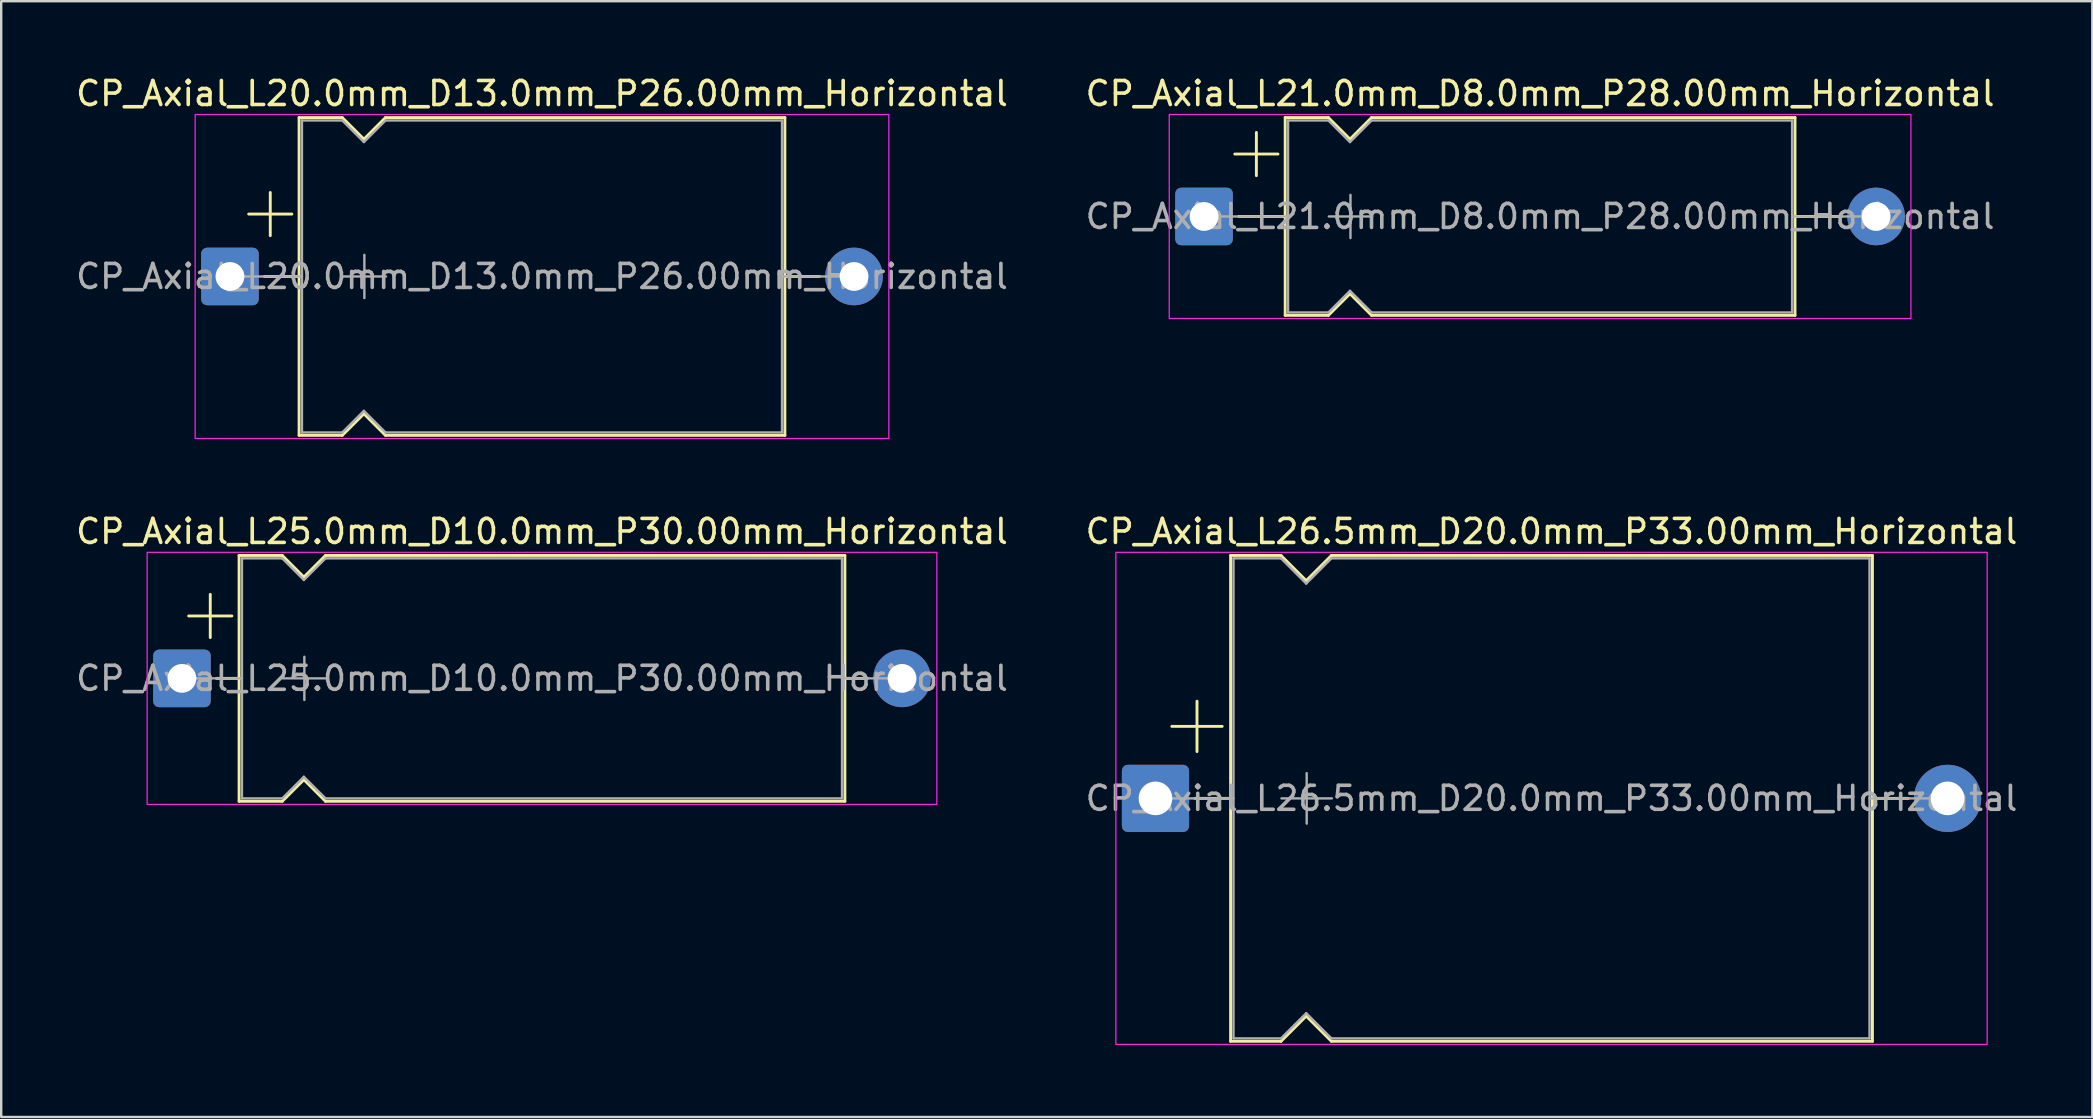
<source format=kicad_pcb>
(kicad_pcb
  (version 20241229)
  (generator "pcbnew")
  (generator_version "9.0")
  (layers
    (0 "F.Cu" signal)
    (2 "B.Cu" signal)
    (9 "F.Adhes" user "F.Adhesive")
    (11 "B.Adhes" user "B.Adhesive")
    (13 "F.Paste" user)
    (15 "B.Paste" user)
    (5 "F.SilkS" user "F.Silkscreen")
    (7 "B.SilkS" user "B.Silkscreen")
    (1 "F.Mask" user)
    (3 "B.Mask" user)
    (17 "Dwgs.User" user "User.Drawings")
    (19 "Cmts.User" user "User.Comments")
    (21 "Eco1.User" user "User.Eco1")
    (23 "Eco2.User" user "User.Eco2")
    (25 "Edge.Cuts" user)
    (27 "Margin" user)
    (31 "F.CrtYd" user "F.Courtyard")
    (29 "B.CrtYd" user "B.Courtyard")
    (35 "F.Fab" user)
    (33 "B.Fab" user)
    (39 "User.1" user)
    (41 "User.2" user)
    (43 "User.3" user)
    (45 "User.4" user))
  (footprint "CP_Axial_L21.0mm_D8.0mm_P28.00mm_Horizontal"
    (layer "F.Cu")
    (at 47.113 5.968)
    (property "Reference" "CP_Axial_L21.0mm_D8.0mm_P28.00mm_Horizontal" (at 14 -5.12 0) (layer "F.SilkS") (effects (font (size 1 1) (thickness 0.15))))
    (attr through_hole)
    (fp_line (start 1.28 -2.6) (end 3.08 -2.6) (stroke (width 0.12) (type solid)) (layer "F.SilkS"))
    (fp_line (start 1.44 0) (end 3.38 0) (stroke (width 0.12) (type solid)) (layer "F.SilkS"))
    (fp_line (start 2.18 -3.5) (end 2.18 -1.7) (stroke (width 0.12) (type solid)) (layer "F.SilkS"))
    (fp_line (start 3.38 -4.12) (end 3.38 4.12) (stroke (width 0.12) (type solid)) (layer "F.SilkS"))
    (fp_line (start 3.38 -4.12) (end 5.18 -4.12) (stroke (width 0.12) (type solid)) (layer "F.SilkS"))
    (fp_line (start 3.38 4.12) (end 5.18 4.12) (stroke (width 0.12) (type solid)) (layer "F.SilkS"))
    (fp_line (start 5.18 -4.12) (end 6.08 -3.22) (stroke (width 0.12) (type solid)) (layer "F.SilkS"))
    (fp_line (start 5.18 4.12) (end 6.08 3.22) (stroke (width 0.12) (type solid)) (layer "F.SilkS"))
    (fp_line (start 6.08 -3.22) (end 6.98 -4.12) (stroke (width 0.12) (type solid)) (layer "F.SilkS"))
    (fp_line (start 6.08 3.22) (end 6.98 4.12) (stroke (width 0.12) (type solid)) (layer "F.SilkS"))
    (fp_line (start 6.98 -4.12) (end 24.62 -4.12) (stroke (width 0.12) (type solid)) (layer "F.SilkS"))
    (fp_line (start 6.98 4.12) (end 24.62 4.12) (stroke (width 0.12) (type solid)) (layer "F.SilkS"))
    (fp_line (start 24.62 -4.12) (end 24.62 4.12) (stroke (width 0.12) (type solid)) (layer "F.SilkS"))
    (fp_line (start 26.56 0) (end 24.62 0) (stroke (width 0.12) (type solid)) (layer "F.SilkS"))
    (fp_rect (start -1.45 -4.25) (end 29.45 4.25) (stroke (width 0.05) (type solid)) (fill no) (layer "F.CrtYd"))
    (fp_line (start 0 0) (end 3.5 0) (stroke (width 0.1) (type solid)) (layer "F.Fab"))
    (fp_line (start 3.5 -4) (end 3.5 4) (stroke (width 0.1) (type solid)) (layer "F.Fab"))
    (fp_line (start 3.5 -4) (end 5.18 -4) (stroke (width 0.1) (type solid)) (layer "F.Fab"))
    (fp_line (start 3.5 4) (end 5.18 4) (stroke (width 0.1) (type solid)) (layer "F.Fab"))
    (fp_line (start 5.18 -4) (end 6.08 -3.1) (stroke (width 0.1) (type solid)) (layer "F.Fab"))
    (fp_line (start 5.18 4) (end 6.08 3.1) (stroke (width 0.1) (type solid)) (layer "F.Fab"))
    (fp_line (start 5.2 0) (end 7 0) (stroke (width 0.1) (type solid)) (layer "F.Fab"))
    (fp_line (start 6.08 -3.1) (end 6.98 -4) (stroke (width 0.1) (type solid)) (layer "F.Fab"))
    (fp_line (start 6.08 3.1) (end 6.98 4) (stroke (width 0.1) (type solid)) (layer "F.Fab"))
    (fp_line (start 6.1 -0.9) (end 6.1 0.9) (stroke (width 0.1) (type solid)) (layer "F.Fab"))
    (fp_line (start 6.98 -4) (end 24.5 -4) (stroke (width 0.1) (type solid)) (layer "F.Fab"))
    (fp_line (start 6.98 4) (end 24.5 4) (stroke (width 0.1) (type solid)) (layer "F.Fab"))
    (fp_line (start 24.5 -4) (end 24.5 4) (stroke (width 0.1) (type solid)) (layer "F.Fab"))
    (fp_line (start 28 0) (end 24.5 0) (stroke (width 0.1) (type solid)) (layer "F.Fab"))
    (fp_text user "${REFERENCE}" (at 14 0 0) (layer "F.Fab") (effects (font (size 1 1) (thickness 0.15))))
    (pad "1" thru_hole roundrect (at 0 0) (size 2.4 2.4) (drill 1.2) (layers "*.Cu" "*.Mask") (roundrect_rratio 0.104))
    (pad "2" thru_hole circle (at 28 0) (size 2.4 2.4) (drill 1.2) (layers "*.Cu" "*.Mask")))
  (footprint "CP_Axial_L26.5mm_D20.0mm_P33.00mm_Horizontal"
    (layer "F.Cu")
    (at 45.089 30.212)
    (property "Reference" "CP_Axial_L26.5mm_D20.0mm_P33.00mm_Horizontal" (at 16.5 -11.12 0) (layer "F.SilkS") (effects (font (size 1 1) (thickness 0.15))))
    (attr through_hole)
    (fp_line (start 0.68 -3) (end 2.78 -3) (stroke (width 0.12) (type solid)) (layer "F.SilkS"))
    (fp_line (start 1.64 0) (end 3.13 0) (stroke (width 0.12) (type solid)) (layer "F.SilkS"))
    (fp_line (start 1.73 -4.05) (end 1.73 -1.95) (stroke (width 0.12) (type solid)) (layer "F.SilkS"))
    (fp_line (start 3.13 -10.12) (end 3.13 10.12) (stroke (width 0.12) (type solid)) (layer "F.SilkS"))
    (fp_line (start 3.13 -10.12) (end 5.23 -10.12) (stroke (width 0.12) (type solid)) (layer "F.SilkS"))
    (fp_line (start 3.13 10.12) (end 5.23 10.12) (stroke (width 0.12) (type solid)) (layer "F.SilkS"))
    (fp_line (start 5.23 -10.12) (end 6.28 -9.07) (stroke (width 0.12) (type solid)) (layer "F.SilkS"))
    (fp_line (start 5.23 10.12) (end 6.28 9.07) (stroke (width 0.12) (type solid)) (layer "F.SilkS"))
    (fp_line (start 6.28 -9.07) (end 7.33 -10.12) (stroke (width 0.12) (type solid)) (layer "F.SilkS"))
    (fp_line (start 6.28 9.07) (end 7.33 10.12) (stroke (width 0.12) (type solid)) (layer "F.SilkS"))
    (fp_line (start 7.33 -10.12) (end 29.87 -10.12) (stroke (width 0.12) (type solid)) (layer "F.SilkS"))
    (fp_line (start 7.33 10.12) (end 29.87 10.12) (stroke (width 0.12) (type solid)) (layer "F.SilkS"))
    (fp_line (start 29.87 -10.12) (end 29.87 10.12) (stroke (width 0.12) (type solid)) (layer "F.SilkS"))
    (fp_line (start 31.36 0) (end 29.87 0) (stroke (width 0.12) (type solid)) (layer "F.SilkS"))
    (fp_rect (start -1.65 -10.25) (end 34.65 10.25) (stroke (width 0.05) (type solid)) (fill no) (layer "F.CrtYd"))
    (fp_line (start 0 0) (end 3.25 0) (stroke (width 0.1) (type solid)) (layer "F.Fab"))
    (fp_line (start 3.25 -10) (end 3.25 10) (stroke (width 0.1) (type solid)) (layer "F.Fab"))
    (fp_line (start 3.25 -10) (end 5.23 -10) (stroke (width 0.1) (type solid)) (layer "F.Fab"))
    (fp_line (start 3.25 10) (end 5.23 10) (stroke (width 0.1) (type solid)) (layer "F.Fab"))
    (fp_line (start 5.23 -10) (end 6.28 -8.95) (stroke (width 0.1) (type solid)) (layer "F.Fab"))
    (fp_line (start 5.23 10) (end 6.28 8.95) (stroke (width 0.1) (type solid)) (layer "F.Fab"))
    (fp_line (start 5.25 0) (end 7.35 0) (stroke (width 0.1) (type solid)) (layer "F.Fab"))
    (fp_line (start 6.28 -8.95) (end 7.33 -10) (stroke (width 0.1) (type solid)) (layer "F.Fab"))
    (fp_line (start 6.28 8.95) (end 7.33 10) (stroke (width 0.1) (type solid)) (layer "F.Fab"))
    (fp_line (start 6.3 -1.05) (end 6.3 1.05) (stroke (width 0.1) (type solid)) (layer "F.Fab"))
    (fp_line (start 7.33 -10) (end 29.75 -10) (stroke (width 0.1) (type solid)) (layer "F.Fab"))
    (fp_line (start 7.33 10) (end 29.75 10) (stroke (width 0.1) (type solid)) (layer "F.Fab"))
    (fp_line (start 29.75 -10) (end 29.75 10) (stroke (width 0.1) (type solid)) (layer "F.Fab"))
    (fp_line (start 33 0) (end 29.75 0) (stroke (width 0.1) (type solid)) (layer "F.Fab"))
    (fp_text user "${REFERENCE}" (at 16.5 0 0) (layer "F.Fab") (effects (font (size 1 1) (thickness 0.15))))
    (pad "1" thru_hole roundrect (at 0 0) (size 2.8 2.8) (drill 1.4) (layers "*.Cu" "*.Mask") (roundrect_rratio 0.089))
    (pad "2" thru_hole circle (at 33 0) (size 2.8 2.8) (drill 1.4) (layers "*.Cu" "*.Mask")))
  (footprint "CP_Axial_L25.0mm_D10.0mm_P30.00mm_Horizontal"
    (layer "F.Cu")
    (at 4.53 25.212)
    (property "Reference" "CP_Axial_L25.0mm_D10.0mm_P30.00mm_Horizontal" (at 15 -6.12 0) (layer "F.SilkS") (effects (font (size 1 1) (thickness 0.15))))
    (attr through_hole)
    (fp_line (start 0.28 -2.6) (end 2.08 -2.6) (stroke (width 0.12) (type solid)) (layer "F.SilkS"))
    (fp_line (start 1.18 -3.5) (end 1.18 -1.7) (stroke (width 0.12) (type solid)) (layer "F.SilkS"))
    (fp_line (start 1.44 0) (end 2.38 0) (stroke (width 0.12) (type solid)) (layer "F.SilkS"))
    (fp_line (start 2.38 -5.12) (end 2.38 5.12) (stroke (width 0.12) (type solid)) (layer "F.SilkS"))
    (fp_line (start 2.38 -5.12) (end 4.18 -5.12) (stroke (width 0.12) (type solid)) (layer "F.SilkS"))
    (fp_line (start 2.38 5.12) (end 4.18 5.12) (stroke (width 0.12) (type solid)) (layer "F.SilkS"))
    (fp_line (start 4.18 -5.12) (end 5.08 -4.22) (stroke (width 0.12) (type solid)) (layer "F.SilkS"))
    (fp_line (start 4.18 5.12) (end 5.08 4.22) (stroke (width 0.12) (type solid)) (layer "F.SilkS"))
    (fp_line (start 5.08 -4.22) (end 5.98 -5.12) (stroke (width 0.12) (type solid)) (layer "F.SilkS"))
    (fp_line (start 5.08 4.22) (end 5.98 5.12) (stroke (width 0.12) (type solid)) (layer "F.SilkS"))
    (fp_line (start 5.98 -5.12) (end 27.62 -5.12) (stroke (width 0.12) (type solid)) (layer "F.SilkS"))
    (fp_line (start 5.98 5.12) (end 27.62 5.12) (stroke (width 0.12) (type solid)) (layer "F.SilkS"))
    (fp_line (start 27.62 -5.12) (end 27.62 5.12) (stroke (width 0.12) (type solid)) (layer "F.SilkS"))
    (fp_line (start 28.56 0) (end 27.62 0) (stroke (width 0.12) (type solid)) (layer "F.SilkS"))
    (fp_rect (start -1.45 -5.25) (end 31.45 5.25) (stroke (width 0.05) (type solid)) (fill no) (layer "F.CrtYd"))
    (fp_line (start 0 0) (end 2.5 0) (stroke (width 0.1) (type solid)) (layer "F.Fab"))
    (fp_line (start 2.5 -5) (end 2.5 5) (stroke (width 0.1) (type solid)) (layer "F.Fab"))
    (fp_line (start 2.5 -5) (end 4.18 -5) (stroke (width 0.1) (type solid)) (layer "F.Fab"))
    (fp_line (start 2.5 5) (end 4.18 5) (stroke (width 0.1) (type solid)) (layer "F.Fab"))
    (fp_line (start 4.18 -5) (end 5.08 -4.1) (stroke (width 0.1) (type solid)) (layer "F.Fab"))
    (fp_line (start 4.18 5) (end 5.08 4.1) (stroke (width 0.1) (type solid)) (layer "F.Fab"))
    (fp_line (start 4.2 0) (end 6 0) (stroke (width 0.1) (type solid)) (layer "F.Fab"))
    (fp_line (start 5.08 -4.1) (end 5.98 -5) (stroke (width 0.1) (type solid)) (layer "F.Fab"))
    (fp_line (start 5.08 4.1) (end 5.98 5) (stroke (width 0.1) (type solid)) (layer "F.Fab"))
    (fp_line (start 5.1 -0.9) (end 5.1 0.9) (stroke (width 0.1) (type solid)) (layer "F.Fab"))
    (fp_line (start 5.98 -5) (end 27.5 -5) (stroke (width 0.1) (type solid)) (layer "F.Fab"))
    (fp_line (start 5.98 5) (end 27.5 5) (stroke (width 0.1) (type solid)) (layer "F.Fab"))
    (fp_line (start 27.5 -5) (end 27.5 5) (stroke (width 0.1) (type solid)) (layer "F.Fab"))
    (fp_line (start 30 0) (end 27.5 0) (stroke (width 0.1) (type solid)) (layer "F.Fab"))
    (fp_text user "${REFERENCE}" (at 15 0 0) (layer "F.Fab") (effects (font (size 1 1) (thickness 0.15))))
    (pad "1" thru_hole roundrect (at 0 0) (size 2.4 2.4) (drill 1.2) (layers "*.Cu" "*.Mask") (roundrect_rratio 0.104))
    (pad "2" thru_hole circle (at 30 0) (size 2.4 2.4) (drill 1.2) (layers "*.Cu" "*.Mask")))
  (footprint "CP_Axial_L20.0mm_D13.0mm_P26.00mm_Horizontal"
    (layer "F.Cu")
    (at 6.53 8.468)
    (property "Reference" "CP_Axial_L20.0mm_D13.0mm_P26.00mm_Horizontal" (at 13 -7.62 0) (layer "F.SilkS") (effects (font (size 1 1) (thickness 0.15))))
    (attr through_hole)
    (fp_line (start 0.78 -2.6) (end 2.58 -2.6) (stroke (width 0.12) (type solid)) (layer "F.SilkS"))
    (fp_line (start 1.44 0) (end 2.88 0) (stroke (width 0.12) (type solid)) (layer "F.SilkS"))
    (fp_line (start 1.68 -3.5) (end 1.68 -1.7) (stroke (width 0.12) (type solid)) (layer "F.SilkS"))
    (fp_line (start 2.88 -6.62) (end 2.88 6.62) (stroke (width 0.12) (type solid)) (layer "F.SilkS"))
    (fp_line (start 2.88 -6.62) (end 4.68 -6.62) (stroke (width 0.12) (type solid)) (layer "F.SilkS"))
    (fp_line (start 2.88 6.62) (end 4.68 6.62) (stroke (width 0.12) (type solid)) (layer "F.SilkS"))
    (fp_line (start 4.68 -6.62) (end 5.58 -5.72) (stroke (width 0.12) (type solid)) (layer "F.SilkS"))
    (fp_line (start 4.68 6.62) (end 5.58 5.72) (stroke (width 0.12) (type solid)) (layer "F.SilkS"))
    (fp_line (start 5.58 -5.72) (end 6.48 -6.62) (stroke (width 0.12) (type solid)) (layer "F.SilkS"))
    (fp_line (start 5.58 5.72) (end 6.48 6.62) (stroke (width 0.12) (type solid)) (layer "F.SilkS"))
    (fp_line (start 6.48 -6.62) (end 23.12 -6.62) (stroke (width 0.12) (type solid)) (layer "F.SilkS"))
    (fp_line (start 6.48 6.62) (end 23.12 6.62) (stroke (width 0.12) (type solid)) (layer "F.SilkS"))
    (fp_line (start 23.12 -6.62) (end 23.12 6.62) (stroke (width 0.12) (type solid)) (layer "F.SilkS"))
    (fp_line (start 24.56 0) (end 23.12 0) (stroke (width 0.12) (type solid)) (layer "F.SilkS"))
    (fp_rect (start -1.45 -6.75) (end 27.45 6.75) (stroke (width 0.05) (type solid)) (fill no) (layer "F.CrtYd"))
    (fp_line (start 0 0) (end 3 0) (stroke (width 0.1) (type solid)) (layer "F.Fab"))
    (fp_line (start 3 -6.5) (end 3 6.5) (stroke (width 0.1) (type solid)) (layer "F.Fab"))
    (fp_line (start 3 -6.5) (end 4.68 -6.5) (stroke (width 0.1) (type solid)) (layer "F.Fab"))
    (fp_line (start 3 6.5) (end 4.68 6.5) (stroke (width 0.1) (type solid)) (layer "F.Fab"))
    (fp_line (start 4.68 -6.5) (end 5.58 -5.6) (stroke (width 0.1) (type solid)) (layer "F.Fab"))
    (fp_line (start 4.68 6.5) (end 5.58 5.6) (stroke (width 0.1) (type solid)) (layer "F.Fab"))
    (fp_line (start 4.7 0) (end 6.5 0) (stroke (width 0.1) (type solid)) (layer "F.Fab"))
    (fp_line (start 5.58 -5.6) (end 6.48 -6.5) (stroke (width 0.1) (type solid)) (layer "F.Fab"))
    (fp_line (start 5.58 5.6) (end 6.48 6.5) (stroke (width 0.1) (type solid)) (layer "F.Fab"))
    (fp_line (start 5.6 -0.9) (end 5.6 0.9) (stroke (width 0.1) (type solid)) (layer "F.Fab"))
    (fp_line (start 6.48 -6.5) (end 23 -6.5) (stroke (width 0.1) (type solid)) (layer "F.Fab"))
    (fp_line (start 6.48 6.5) (end 23 6.5) (stroke (width 0.1) (type solid)) (layer "F.Fab"))
    (fp_line (start 23 -6.5) (end 23 6.5) (stroke (width 0.1) (type solid)) (layer "F.Fab"))
    (fp_line (start 26 0) (end 23 0) (stroke (width 0.1) (type solid)) (layer "F.Fab"))
    (fp_text user "${REFERENCE}" (at 13 0 0) (layer "F.Fab") (effects (font (size 1 1) (thickness 0.15))))
    (pad "1" thru_hole roundrect (at 0 0) (size 2.4 2.4) (drill 1.2) (layers "*.Cu" "*.Mask") (roundrect_rratio 0.104))
    (pad "2" thru_hole circle (at 26 0) (size 2.4 2.4) (drill 1.2) (layers "*.Cu" "*.Mask")))
  (gr_rect
    (start -3 -3)
    (end 84.119 43.486)
    (stroke (width 0.1) (type default))
    (fill no)
    (layer "Edge.Cuts")))
</source>
